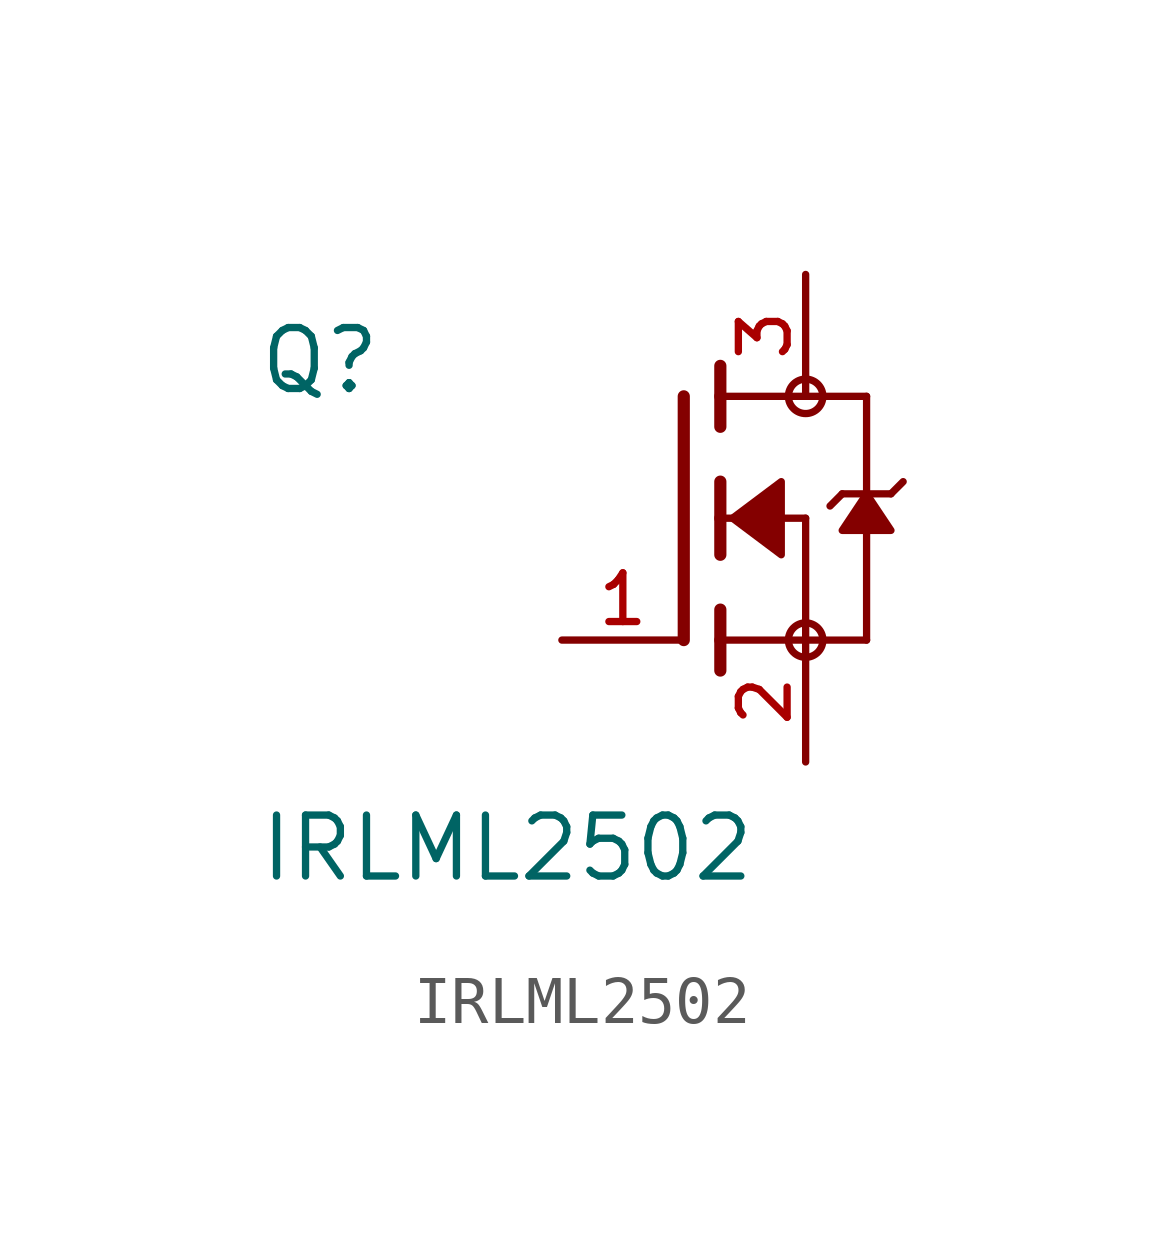
<source format=kicad_sym>
(kicad_symbol_lib
  (version 20211014)
  (generator kicad_symbol_editor)
  (symbol "IRLML2502"
    (pin_names
      (offset 1.016))
    (property "Reference" "Q"
      (at -8.89 2.54 0)
      (effects (font (size 1.27 1.27)) (justify bottom left)))
    (property "Value" "IRLML2502"
      (at -8.89 -7.62 0)
      (effects (font (size 1.27 1.27)) (justify bottom left)))
    (symbol "IRLML2502_0_0"
      (polyline (pts (xy 0.762 0.762) (xy 0.762 0.0)) (stroke (width 0.254)))
      (polyline (pts (xy 0.762 0.0) (xy 0.762 -0.762)) (stroke (width 0.254)))
      (polyline (pts (xy 0.762 3.175) (xy 0.762 2.54)) (stroke (width 0.254)))
      (polyline (pts (xy 0.762 2.54) (xy 0.762 1.905)) (stroke (width 0.254)))
      (polyline (pts (xy 0.762 0.0) (xy 2.54 0.0)) (stroke (width 0.152)))
      (polyline (pts (xy 2.54 0.0) (xy 2.54 -2.54)) (stroke (width 0.152)))
      (polyline (pts (xy 0.762 -1.905) (xy 0.762 -2.54)) (stroke (width 0.254)))
      (polyline (pts (xy 0.762 -2.54) (xy 0.762 -3.175)) (stroke (width 0.254)))
      (polyline (pts (xy 0.0 2.54) (xy 0.0 -2.54)) (stroke (width 0.254)))
      (polyline (pts (xy 2.54 -2.54) (xy 0.762 -2.54)) (stroke (width 0.152)))
      (polyline (pts (xy 3.81 2.54) (xy 3.81 0.508)) (stroke (width 0.152)))
      (polyline (pts (xy 3.81 0.508) (xy 3.81 -2.54)) (stroke (width 0.152)))
      (polyline (pts (xy 2.54 -2.54) (xy 3.81 -2.54)) (stroke (width 0.152)))
      (polyline (pts (xy 0.762 2.54) (xy 3.81 2.54)) (stroke (width 0.152)))
      (polyline (pts (xy 4.572 0.762) (xy 4.318 0.508)) (stroke (width 0.152)))
      (polyline (pts (xy 4.318 0.508) (xy 3.81 0.508)) (stroke (width 0.152)))
      (polyline (pts (xy 3.81 0.508) (xy 3.302 0.508)) (stroke (width 0.152)))
      (polyline (pts (xy 3.302 0.508) (xy 3.048 0.254)) (stroke (width 0.152)))
      (circle (center 2.54 -2.54) (radius 0.359) (stroke (width 0.0)) (fill (type none)))
      (circle (center 2.54 2.54) (radius 0.359) (stroke (width 0.0)) (fill (type none)))
      (polyline (pts (xy 3.81 0.508) (xy 3.302 -0.254) (xy 4.318 -0.254) (xy 3.81 0.508)) (stroke (width 0.152)) (fill (type outline)))
      (polyline (pts (xy 1.016 0.0) (xy 2.032 0.762) (xy 2.032 -0.762) (xy 1.016 0.0)) (stroke (width 0.152)) (fill (type outline)))
      (pin passive line (at 2.54 -5.08 90.0) (length 2.54) (name "~" (effects (font (size 1.016 1.016)))) (number "2" (effects (font (size 1.016 1.016)))))
      (pin passive line (at -2.54 -2.54 0) (length 2.54) (name "~" (effects (font (size 1.016 1.016)))) (number "1" (effects (font (size 1.016 1.016)))))
      (pin passive line (at 2.54 5.08 270.0) (length 2.54) (name "~" (effects (font (size 1.016 1.016)))) (number "3" (effects (font (size 1.016 1.016))))))))
</source>
